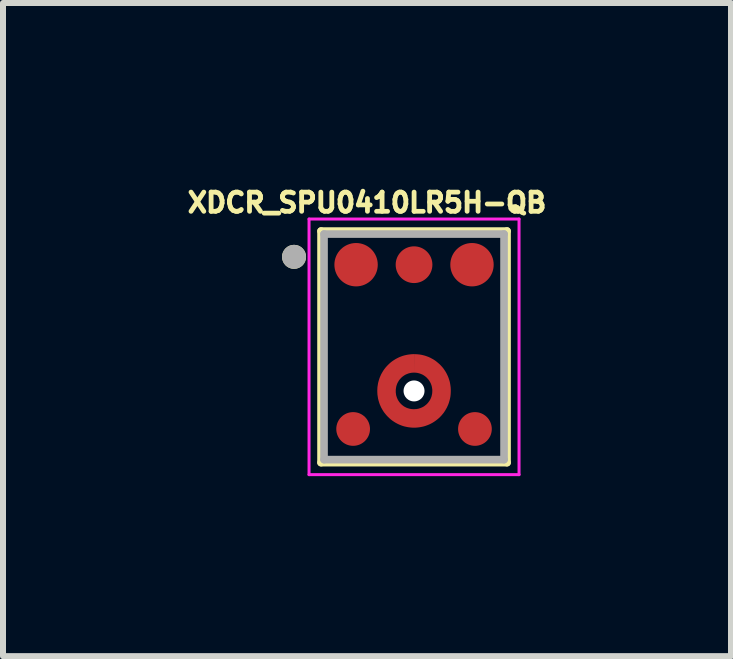
<source format=kicad_pcb>
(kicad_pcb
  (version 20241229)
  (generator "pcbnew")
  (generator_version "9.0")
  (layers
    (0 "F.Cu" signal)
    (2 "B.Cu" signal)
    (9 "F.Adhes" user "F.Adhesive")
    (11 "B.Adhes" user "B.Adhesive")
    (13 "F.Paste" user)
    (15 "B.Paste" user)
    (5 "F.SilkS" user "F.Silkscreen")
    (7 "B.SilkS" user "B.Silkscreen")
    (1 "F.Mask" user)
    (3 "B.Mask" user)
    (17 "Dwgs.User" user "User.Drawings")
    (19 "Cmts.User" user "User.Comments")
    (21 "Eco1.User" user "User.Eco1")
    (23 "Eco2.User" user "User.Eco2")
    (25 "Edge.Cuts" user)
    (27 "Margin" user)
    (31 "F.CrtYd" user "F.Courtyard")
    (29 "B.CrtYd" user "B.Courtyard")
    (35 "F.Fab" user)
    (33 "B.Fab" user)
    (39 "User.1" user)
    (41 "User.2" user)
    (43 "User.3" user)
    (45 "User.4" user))
  (footprint "XDCR_SPU0410LR5H-QB"
    (layer "F.Cu")
    (at 3.851 2.731)
    (property "Reference" "XDCR_SPU0410LR5H-QB" (at -0.784 -2.403 0) (layer "F.SilkS") (effects (font (size 0.32 0.32) (thickness 0.15))))
    (attr smd)
    (fp_circle (center 0 0.735) (end 0.459 0.735) (stroke (width 0.32) (type solid)) (fill no) (layer "F.Mask"))
    (fp_line (start -1.55 -1.93) (end 1.55 -1.93) (stroke (width 0.127) (type solid)) (layer "F.SilkS"))
    (fp_line (start -1.55 1.93) (end -1.55 -1.93) (stroke (width 0.127) (type solid)) (layer "F.SilkS"))
    (fp_line (start 1.55 -1.93) (end 1.55 1.93) (stroke (width 0.127) (type solid)) (layer "F.SilkS"))
    (fp_line (start 1.55 1.93) (end -1.55 1.93) (stroke (width 0.127) (type solid)) (layer "F.SilkS"))
    (fp_circle (center -2 -1.5) (end -1.9 -1.5) (stroke (width 0.2) (type solid)) (fill no) (layer "F.SilkS"))
    (fp_poly (pts (xy -0.48 1.109) (xy -0.499 1.083) (xy -0.514 1.061) (xy -0.528 1.039) (xy -0.541 1.015) (xy -0.553 0.992) (xy -0.564 0.967) (xy -0.574 0.943) (xy -0.582 0.918) (xy -0.59 0.892) (xy -0.596 0.866) (xy -0.601 0.84) (xy -0.605 0.814) (xy -0.608 0.788) (xy -0.61 0.761) (xy -0.611 0.735) (xy -0.61 0.708) (xy -0.608 0.681) (xy -0.605 0.655) (xy -0.601 0.629) (xy -0.596 0.603) (xy -0.59 0.577) (xy -0.582 0.551) (xy -0.574 0.526) (xy -0.564 0.502) (xy -0.553 0.477) (xy -0.541 0.454) (xy -0.528 0.43) (xy -0.514 0.408) (xy -0.499 0.386) (xy -0.48 0.36) (xy -0.262 0.578) (xy -0.268 0.588) (xy -0.273 0.597) (xy -0.278 0.607) (xy -0.283 0.617) (xy -0.287 0.627) (xy -0.291 0.638) (xy -0.294 0.648) (xy -0.297 0.659) (xy -0.3 0.669) (xy -0.302 0.68) (xy -0.304 0.691) (xy -0.305 0.702) (xy -0.306 0.713) (xy -0.307 0.724) (xy -0.307 0.735) (xy -0.307 0.745) (xy -0.306 0.756) (xy -0.305 0.767) (xy -0.304 0.778) (xy -0.302 0.789) (xy -0.3 0.8) (xy -0.297 0.81) (xy -0.294 0.821) (xy -0.291 0.831) (xy -0.287 0.842) (xy -0.283 0.852) (xy -0.278 0.862) (xy -0.273 0.872) (xy -0.268 0.881) (xy -0.262 0.891) (xy -0.48 1.109) (xy -0.48 1.109)) (stroke (width 0.001) (type solid)) (fill yes) (layer "F.Paste"))
    (fp_poly (pts (xy -0.374 0.254) (xy -0.357 0.241) (xy -0.335 0.226) (xy -0.312 0.211) (xy -0.289 0.198) (xy -0.265 0.185) (xy -0.241 0.174) (xy -0.216 0.164) (xy -0.19 0.155) (xy -0.165 0.147) (xy -0.139 0.14) (xy -0.112 0.134) (xy -0.086 0.13) (xy -0.059 0.127) (xy -0.032 0.125) (xy -0.005 0.124) (xy 0.022 0.124) (xy 0.049 0.126) (xy 0.075 0.128) (xy 0.102 0.132) (xy 0.128 0.138) (xy 0.155 0.144) (xy 0.18 0.151) (xy 0.206 0.16) (xy 0.231 0.17) (xy 0.256 0.181) (xy 0.28 0.193) (xy 0.303 0.206) (xy 0.326 0.22) (xy 0.348 0.235) (xy 0.374 0.254) (xy 0.156 0.472) (xy 0.147 0.467) (xy 0.137 0.461) (xy 0.127 0.456) (xy 0.117 0.452) (xy 0.107 0.448) (xy 0.097 0.444) (xy 0.087 0.44) (xy 0.076 0.437) (xy 0.065 0.435) (xy 0.055 0.432) (xy 0.044 0.431) (xy 0.033 0.429) (xy 0.022 0.428) (xy 0.011 0.428) (xy 0 0.427) (xy -0.011 0.428) (xy -0.022 0.428) (xy -0.033 0.429) (xy -0.044 0.431) (xy -0.055 0.432) (xy -0.065 0.435) (xy -0.076 0.437) (xy -0.087 0.44) (xy -0.097 0.444) (xy -0.107 0.448) (xy -0.117 0.452) (xy -0.127 0.456) (xy -0.137 0.461) (xy -0.147 0.467) (xy -0.156 0.472) (xy -0.374 0.254) (xy -0.374 0.254)) (stroke (width 0.001) (type solid)) (fill yes) (layer "F.Paste"))
    (fp_poly (pts (xy 0.374 1.215) (xy 0.348 1.234) (xy 0.326 1.249) (xy 0.303 1.263) (xy 0.28 1.276) (xy 0.256 1.288) (xy 0.231 1.299) (xy 0.206 1.309) (xy 0.18 1.318) (xy 0.155 1.325) (xy 0.128 1.331) (xy 0.102 1.337) (xy 0.075 1.341) (xy 0.049 1.343) (xy 0.022 1.345) (xy -0.005 1.345) (xy -0.032 1.344) (xy -0.059 1.342) (xy -0.086 1.339) (xy -0.112 1.335) (xy -0.139 1.329) (xy -0.165 1.322) (xy -0.19 1.314) (xy -0.216 1.305) (xy -0.241 1.295) (xy -0.265 1.284) (xy -0.289 1.271) (xy -0.312 1.258) (xy -0.335 1.243) (xy -0.357 1.228) (xy -0.374 1.215) (xy -0.156 0.997) (xy -0.147 1.002) (xy -0.137 1.008) (xy -0.127 1.013) (xy -0.117 1.017) (xy -0.107 1.021) (xy -0.097 1.025) (xy -0.087 1.029) (xy -0.076 1.032) (xy -0.065 1.034) (xy -0.055 1.037) (xy -0.044 1.038) (xy -0.033 1.04) (xy -0.022 1.041) (xy -0.011 1.041) (xy 0 1.042) (xy 0.011 1.041) (xy 0.022 1.041) (xy 0.033 1.04) (xy 0.044 1.038) (xy 0.055 1.037) (xy 0.065 1.034) (xy 0.076 1.032) (xy 0.087 1.029) (xy 0.097 1.025) (xy 0.107 1.021) (xy 0.117 1.017) (xy 0.127 1.013) (xy 0.137 1.008) (xy 0.147 1.002) (xy 0.156 0.997) (xy 0.374 1.215) (xy 0.374 1.215)) (stroke (width 0.001) (type solid)) (fill yes) (layer "F.Paste"))
    (fp_poly (pts (xy 0.48 0.36) (xy 0.494 0.378) (xy 0.509 0.4) (xy 0.524 0.423) (xy 0.537 0.447) (xy 0.55 0.471) (xy 0.561 0.496) (xy 0.572 0.521) (xy 0.581 0.547) (xy 0.589 0.573) (xy 0.595 0.599) (xy 0.601 0.626) (xy 0.605 0.653) (xy 0.608 0.68) (xy 0.61 0.707) (xy 0.611 0.735) (xy 0.61 0.762) (xy 0.608 0.789) (xy 0.605 0.816) (xy 0.601 0.843) (xy 0.595 0.87) (xy 0.589 0.896) (xy 0.581 0.922) (xy 0.572 0.948) (xy 0.561 0.973) (xy 0.55 0.998) (xy 0.537 1.022) (xy 0.524 1.046) (xy 0.509 1.069) (xy 0.494 1.091) (xy 0.48 1.109) (xy 0.262 0.891) (xy 0.268 0.881) (xy 0.273 0.872) (xy 0.278 0.862) (xy 0.283 0.852) (xy 0.287 0.842) (xy 0.291 0.831) (xy 0.294 0.821) (xy 0.297 0.81) (xy 0.3 0.8) (xy 0.302 0.789) (xy 0.304 0.778) (xy 0.305 0.767) (xy 0.306 0.756) (xy 0.307 0.745) (xy 0.307 0.735) (xy 0.307 0.724) (xy 0.306 0.713) (xy 0.305 0.702) (xy 0.304 0.691) (xy 0.302 0.68) (xy 0.3 0.669) (xy 0.297 0.659) (xy 0.294 0.648) (xy 0.291 0.638) (xy 0.287 0.627) (xy 0.283 0.617) (xy 0.278 0.607) (xy 0.273 0.597) (xy 0.268 0.588) (xy 0.262 0.578) (xy 0.48 0.36) (xy 0.48 0.36)) (stroke (width 0.001) (type solid)) (fill yes) (layer "F.Paste"))
    (fp_line (start -1.75 -2.13) (end 1.75 -2.13) (stroke (width 0.05) (type solid)) (layer "F.CrtYd"))
    (fp_line (start -1.75 2.13) (end -1.75 -2.13) (stroke (width 0.05) (type solid)) (layer "F.CrtYd"))
    (fp_line (start 1.75 -2.13) (end 1.75 2.13) (stroke (width 0.05) (type solid)) (layer "F.CrtYd"))
    (fp_line (start 1.75 2.13) (end -1.75 2.13) (stroke (width 0.05) (type solid)) (layer "F.CrtYd"))
    (fp_line (start -1.5 -1.88) (end 1.5 -1.88) (stroke (width 0.127) (type solid)) (layer "F.Fab"))
    (fp_line (start -1.5 1.88) (end -1.5 -1.88) (stroke (width 0.127) (type solid)) (layer "F.Fab"))
    (fp_line (start 1.5 -1.88) (end 1.5 1.88) (stroke (width 0.127) (type solid)) (layer "F.Fab"))
    (fp_line (start 1.5 1.88) (end -1.5 1.88) (stroke (width 0.127) (type solid)) (layer "F.Fab"))
    (fp_circle (center -2 -1.5) (end -1.9 -1.5) (stroke (width 0.2) (type solid)) (fill no) (layer "F.Fab"))
    (pad "" np_thru_hole circle (at 0 0.735) (size 0.35 0.35) (drill 0.35) (layers "*.Cu" "*.Mask"))
    (pad "1" smd circle (at -0.966 -1.369) (size 0.723 0.723) (layers "F.Cu" "F.Mask" "F.Paste"))
    (pad "2" smd circle (at -1.015 1.369) (size 0.562 0.562) (layers "F.Cu" "F.Mask" "F.Paste"))
    (pad "3" smd circle (at 1.015 1.369) (size 0.562 0.562) (layers "F.Cu" "F.Mask" "F.Paste"))
    (pad "4" smd circle (at 0.966 -1.369) (size 0.723 0.723) (layers "F.Cu" "F.Mask" "F.Paste"))
    (pad "5" smd circle (at 0 -1.369) (size 0.612 0.612) (layers "F.Cu" "F.Mask" "F.Paste"))
    (pad "6" smd custom (at 0.47 0.74) (size 0.25 0.25) (layers "F.Cu") (options (anchor rect)) (primitives (gr_poly (pts (xy -0.47 -0.31) (xy -0.471 -0.618) (xy -0.504 -0.617) (xy -0.536 -0.614) (xy -0.568 -0.61) (xy -0.599 -0.604) (xy -0.63 -0.597) (xy -0.661 -0.588) (xy -0.691 -0.577) (xy -0.72 -0.565) (xy -0.749 -0.551) (xy -0.777 -0.536) (xy -0.804 -0.519) (xy -0.831 -0.501) (xy -0.856 -0.482) (xy -0.88 -0.461) (xy -0.903 -0.439) (xy -0.925 -0.416) (xy -0.946 -0.392) (xy -0.966 -0.366) (xy -0.984 -0.34) (xy -1 -0.313) (xy -1.016 -0.285) (xy -1.029 -0.256) (xy -1.042 -0.226) (xy -1.052 -0.196) (xy -1.061 -0.166) (xy -1.069 -0.135) (xy -1.074 -0.103) (xy -1.079 -0.072) (xy -1.081 -0.04) (xy -1.082 -0.01) (xy -1.082 -0.001) (xy -1.081 0.029) (xy -1.079 0.06) (xy -1.074 0.092) (xy -1.069 0.124) (xy -1.061 0.155) (xy -1.052 0.185) (xy -1.042 0.215) (xy -1.029 0.245) (xy -1.016 0.274) (xy -1 0.302) (xy -0.984 0.329) (xy -0.966 0.355) (xy -0.946 0.38) (xy -0.925 0.405) (xy -0.903 0.428) (xy -0.88 0.45) (xy -0.856 0.471) (xy -0.831 0.49) (xy -0.804 0.508) (xy -0.777 0.525) (xy -0.749 0.54) (xy -0.72 0.554) (xy -0.691 0.566) (xy -0.661 0.577) (xy -0.63 0.586) (xy -0.599 0.593) (xy -0.568 0.599) (xy -0.536 0.603) (xy -0.504 0.606) (xy -0.47 0.607) (xy -0.469 0.607) (xy -0.435 0.606) (xy -0.403 0.603) (xy -0.372 0.599) (xy -0.34 0.593) (xy -0.309 0.586) (xy -0.279 0.577) (xy -0.249 0.566) (xy -0.219 0.554) (xy -0.19 0.54) (xy -0.162 0.525) (xy -0.135 0.508) (xy -0.109 0.49) (xy -0.084 0.471) (xy -0.059 0.45) (xy -0.036 0.428) (xy -0.014 0.405) (xy 0.006 0.381) (xy 0.026 0.356) (xy 0.044 0.329) (xy 0.06 0.302) (xy 0.076 0.274) (xy 0.089 0.245) (xy 0.102 0.216) (xy 0.112 0.186) (xy 0.121 0.155) (xy 0.129 0.124) (xy 0.135 0.093) (xy 0.139 0.061) (xy 0.141 0.03) (xy 0.142 0) (xy 0.142 -0.03) (xy 0.14 -0.065) (xy 0.136 -0.096) (xy 0.131 -0.127) (xy 0.125 -0.158) (xy 0.116 -0.188) (xy 0.106 -0.218) (xy 0.095 -0.247) (xy 0.082 -0.275) (xy 0.068 -0.303) (xy 0.052 -0.33) (xy 0.035 -0.356) (xy 0.017 -0.382) (xy -0.003 -0.406) (xy -0.024 -0.429) (xy -0.046 -0.451) (xy -0.07 -0.472) (xy -0.094 -0.492) (xy -0.119 -0.511) (xy -0.145 -0.528) (xy -0.172 -0.543) (xy -0.2 -0.558) (xy -0.229 -0.571) (xy -0.258 -0.582) (xy -0.288 -0.592) (xy -0.318 -0.6) (xy -0.349 -0.607) (xy -0.38 -0.612) (xy -0.411 -0.615) (xy -0.442 -0.617) (xy -0.469 -0.618) (xy -0.469 -0.311) (xy -0.452 -0.31) (xy -0.436 -0.309) (xy -0.42 -0.307) (xy -0.405 -0.304) (xy -0.389 -0.3) (xy -0.374 -0.296) (xy -0.359 -0.29) (xy -0.344 -0.284) (xy -0.33 -0.278) (xy -0.316 -0.27) (xy -0.303 -0.262) (xy -0.29 -0.253) (xy -0.277 -0.243) (xy -0.265 -0.233) (xy -0.254 -0.222) (xy -0.243 -0.21) (xy -0.232 -0.198) (xy -0.223 -0.186) (xy -0.214 -0.173) (xy -0.206 -0.159) (xy -0.198 -0.145) (xy -0.191 -0.131) (xy -0.185 -0.116) (xy -0.18 -0.101) (xy -0.175 -0.086) (xy -0.172 -0.071) (xy -0.169 -0.055) (xy -0.167 -0.04) (xy -0.165 -0.024) (xy -0.165 -0.01) (xy -0.165 0) (xy -0.166 0.018) (xy -0.167 0.034) (xy -0.17 0.05) (xy -0.173 0.065) (xy -0.177 0.081) (xy -0.181 0.096) (xy -0.187 0.11) (xy -0.193 0.125) (xy -0.2 0.139) (xy -0.208 0.153) (xy -0.217 0.166) (xy -0.226 0.179) (xy -0.236 0.192) (xy -0.246 0.203) (xy -0.257 0.215) (xy -0.269 0.225) (xy -0.281 0.235) (xy -0.294 0.245) (xy -0.307 0.254) (xy -0.321 0.262) (xy -0.335 0.269) (xy -0.349 0.275) (xy -0.364 0.281) (xy -0.379 0.286) (xy -0.394 0.291) (xy -0.41 0.294) (xy -0.425 0.297) (xy -0.441 0.298) (xy -0.457 0.299) (xy -0.47 0.3) (xy -0.48 0.3) (xy -0.493 0.299) (xy -0.509 0.298) (xy -0.524 0.296) (xy -0.54 0.293) (xy -0.555 0.289) (xy -0.57 0.285) (xy -0.584 0.28) (xy -0.599 0.274) (xy -0.613 0.267) (xy -0.626 0.26) (xy -0.64 0.252) (xy -0.652 0.243) (xy -0.665 0.233) (xy -0.677 0.223) (xy -0.688 0.212) (xy -0.699 0.201) (xy -0.709 0.189) (xy -0.718 0.177) (xy -0.727 0.164) (xy -0.735 0.151) (xy -0.743 0.137) (xy -0.749 0.123) (xy -0.755 0.109) (xy -0.76 0.094) (xy -0.765 0.079) (xy -0.769 0.064) (xy -0.771 0.049) (xy -0.773 0.033) (xy -0.775 0.018) (xy -0.775 0) (xy -0.775 -0.01) (xy -0.775 -0.024) (xy -0.773 -0.04) (xy -0.771 -0.055) (xy -0.768 -0.071) (xy -0.765 -0.086) (xy -0.76 -0.101) (xy -0.755 -0.116) (xy -0.749 -0.131) (xy -0.742 -0.145) (xy -0.734 -0.159) (xy -0.726 -0.173) (xy -0.717 -0.186) (xy -0.708 -0.198) (xy -0.697 -0.21) (xy -0.686 -0.222) (xy -0.675 -0.233) (xy -0.663 -0.243) (xy -0.65 -0.253) (xy -0.637 -0.262) (xy -0.624 -0.27) (xy -0.61 -0.278) (xy -0.596 -0.284) (xy -0.581 -0.29) (xy -0.566 -0.296) (xy -0.551 -0.3) (xy -0.535 -0.304) (xy -0.52 -0.307) (xy -0.504 -0.309) (xy -0.488 -0.31) (xy -0.471 -0.311) (xy -0.47 -0.31)) (width 0.001) (fill yes)))))
  (gr_rect
    (start -3 -3)
    (end 9.134 7.886)
    (stroke (width 0.1) (type default))
    (fill no)
    (layer "Edge.Cuts")))
</source>
